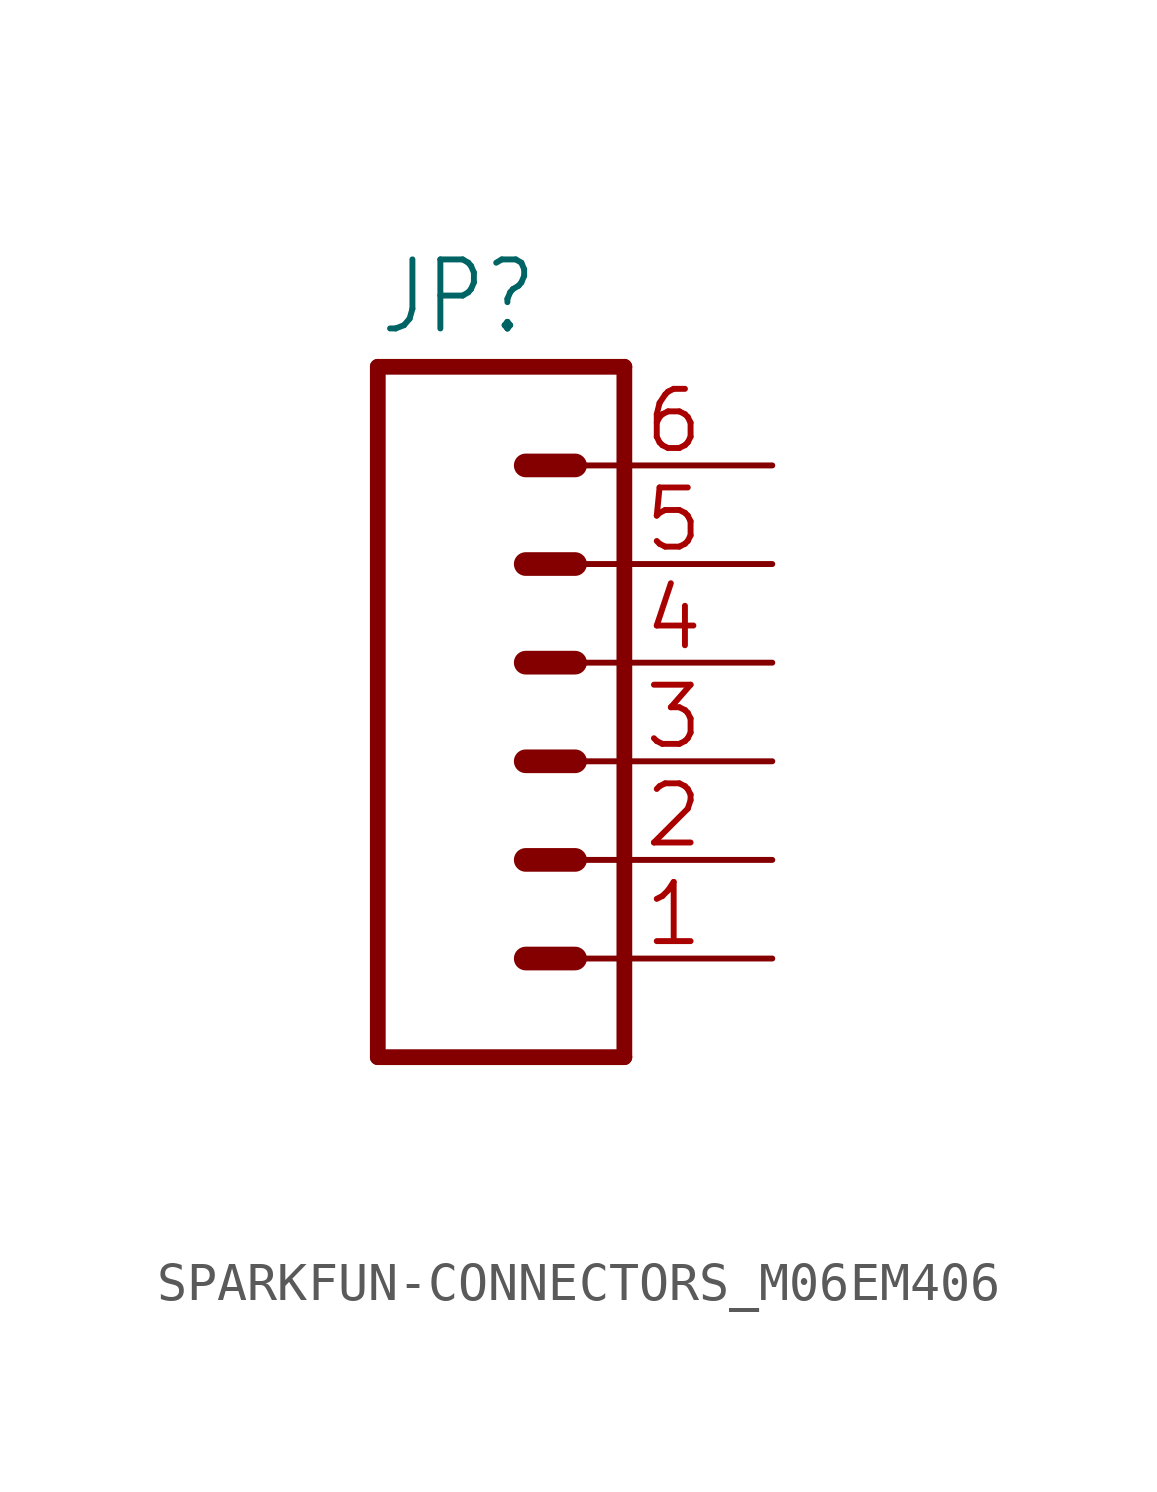
<source format=kicad_sym>
(kicad_symbol_lib
  (version 20241209)
  (generator "kicad_symbol_editor")
  (generator_version "9.0")
  (symbol "SPARKFUN-CONNECTORS_M06EM406"
    (property "Reference" "JP"
      (at -5.08 10.922 0)
      (effects (font (size 1.778 1.511)) (justify left bottom)))
    (property "Value" ""
      (at -5.08 -10.16 0)
      (effects (font (size 1.778 1.511)) (justify left bottom)))
    (property "ki_locked" ""
      (at 0 0 0)
      (effects (font (size 1.27 1.27))))
    (symbol "SPARKFUN-CONNECTORS_M06EM406_1_0"
      (polyline (pts (xy -5.08 10.16) (xy -5.08 -7.62)) (stroke (width 0.406) (type solid)) (fill (type none)))
      (polyline (pts (xy -5.08 10.16) (xy 1.27 10.16)) (stroke (width 0.406) (type solid)) (fill (type none)))
      (polyline (pts (xy -1.27 7.62) (xy 0 7.62)) (stroke (width 0.61) (type solid)) (fill (type none)))
      (polyline (pts (xy -1.27 5.08) (xy 0 5.08)) (stroke (width 0.61) (type solid)) (fill (type none)))
      (polyline (pts (xy -1.27 2.54) (xy 0 2.54)) (stroke (width 0.61) (type solid)) (fill (type none)))
      (polyline (pts (xy -1.27 0) (xy 0 0)) (stroke (width 0.61) (type solid)) (fill (type none)))
      (polyline (pts (xy -1.27 -2.54) (xy 0 -2.54)) (stroke (width 0.61) (type solid)) (fill (type none)))
      (polyline (pts (xy -1.27 -5.08) (xy 0 -5.08)) (stroke (width 0.61) (type solid)) (fill (type none)))
      (polyline (pts (xy 1.27 -7.62) (xy -5.08 -7.62)) (stroke (width 0.406) (type solid)) (fill (type none)))
      (polyline (pts (xy 1.27 -7.62) (xy 1.27 10.16)) (stroke (width 0.406) (type solid)) (fill (type none)))
      (pin passive line (at 5.08 7.62 180) (length 5.08) (name "6" (effects (font (size 0 0)))) (number "6" (effects (font (size 1.524 1.524)))))
      (pin passive line (at 5.08 5.08 180) (length 5.08) (name "5" (effects (font (size 0 0)))) (number "5" (effects (font (size 1.524 1.524)))))
      (pin passive line (at 5.08 2.54 180) (length 5.08) (name "4" (effects (font (size 0 0)))) (number "4" (effects (font (size 1.524 1.524)))))
      (pin passive line (at 5.08 0 180) (length 5.08) (name "3" (effects (font (size 0 0)))) (number "3" (effects (font (size 1.524 1.524)))))
      (pin passive line (at 5.08 -2.54 180) (length 5.08) (name "2" (effects (font (size 0 0)))) (number "2" (effects (font (size 1.524 1.524)))))
      (pin passive line (at 5.08 -5.08 180) (length 5.08) (name "1" (effects (font (size 0 0)))) (number "1" (effects (font (size 1.524 1.524))))))))
</source>
